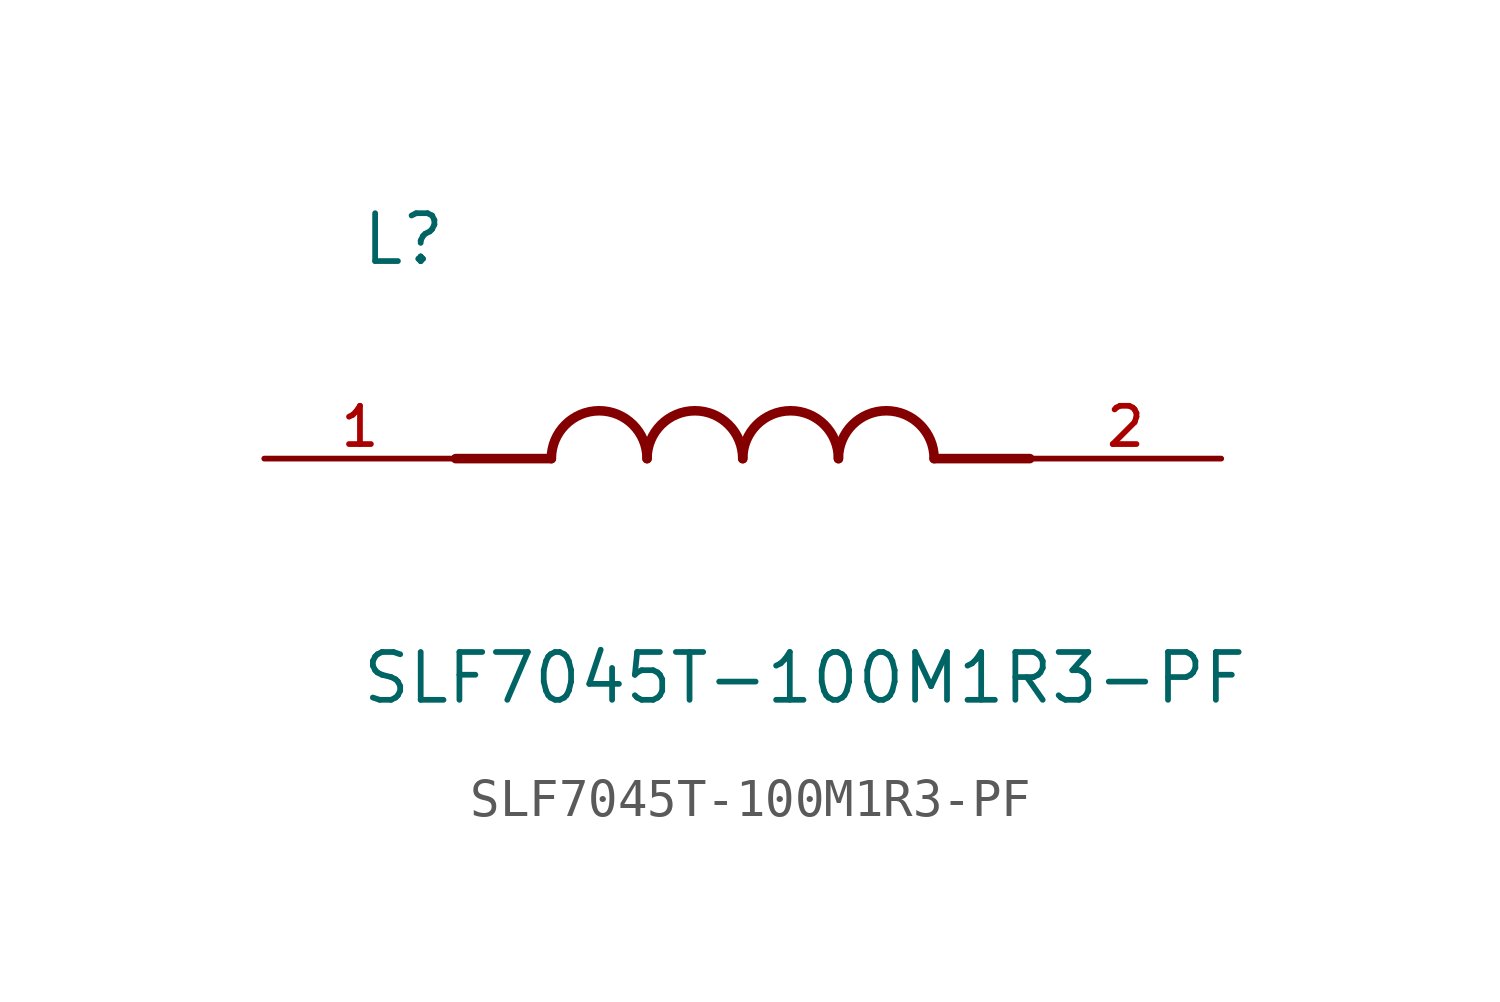
<source format=kicad_sym>
(kicad_symbol_lib
  (version 20211014)
  (generator kicad_symbol_editor)
  (symbol "SLF7045T-100M1R3-PF"
    (pin_names
      (offset 1.016))
    (property "Reference" "L"
      (at -10.16 5.08 0)
      (effects (font (size 1.27 1.27)) (justify bottom left)))
    (property "Value" "SLF7045T-100M1R3-PF"
      (at -10.16 -5.08 0)
      (effects (font (size 1.27 1.27)) (justify top left)))
    (symbol "SLF7045T-100M1R3-PF_0_0"
      (polyline (pts (xy -5.08 0.0) (xy -7.62 0.0)) (stroke (width 0.254)))
      (polyline (pts (xy 5.08 0.0) (xy 7.62 0.0)) (stroke (width 0.254)))
      (arc (start -2.54 0.0) (mid -3.81 1.27) (end -5.08 0.0) (stroke (width 0.254) (type default) (color 0 0 0 0)) (fill (type none)))
      (arc (start 0.0 0.0) (mid -1.27 1.27) (end -2.54 0.0) (stroke (width 0.254) (type default) (color 0 0 0 0)) (fill (type none)))
      (arc (start 2.54 0.0) (mid 1.27 1.27) (end 0.0 0.0) (stroke (width 0.254) (type default) (color 0 0 0 0)) (fill (type none)))
      (arc (start 5.08 0.0) (mid 3.81 1.27) (end 2.54 0.0) (stroke (width 0.254) (type default) (color 0 0 0 0)) (fill (type none)))
      (pin passive line (at -12.7 0.0 0) (length 5.08) (name "~" (effects (font (size 1.016 1.016)))) (number "1" (effects (font (size 1.016 1.016)))))
      (pin passive line (at 12.7 0.0 180.0) (length 5.08) (name "~" (effects (font (size 1.016 1.016)))) (number "2" (effects (font (size 1.016 1.016))))))))
</source>
